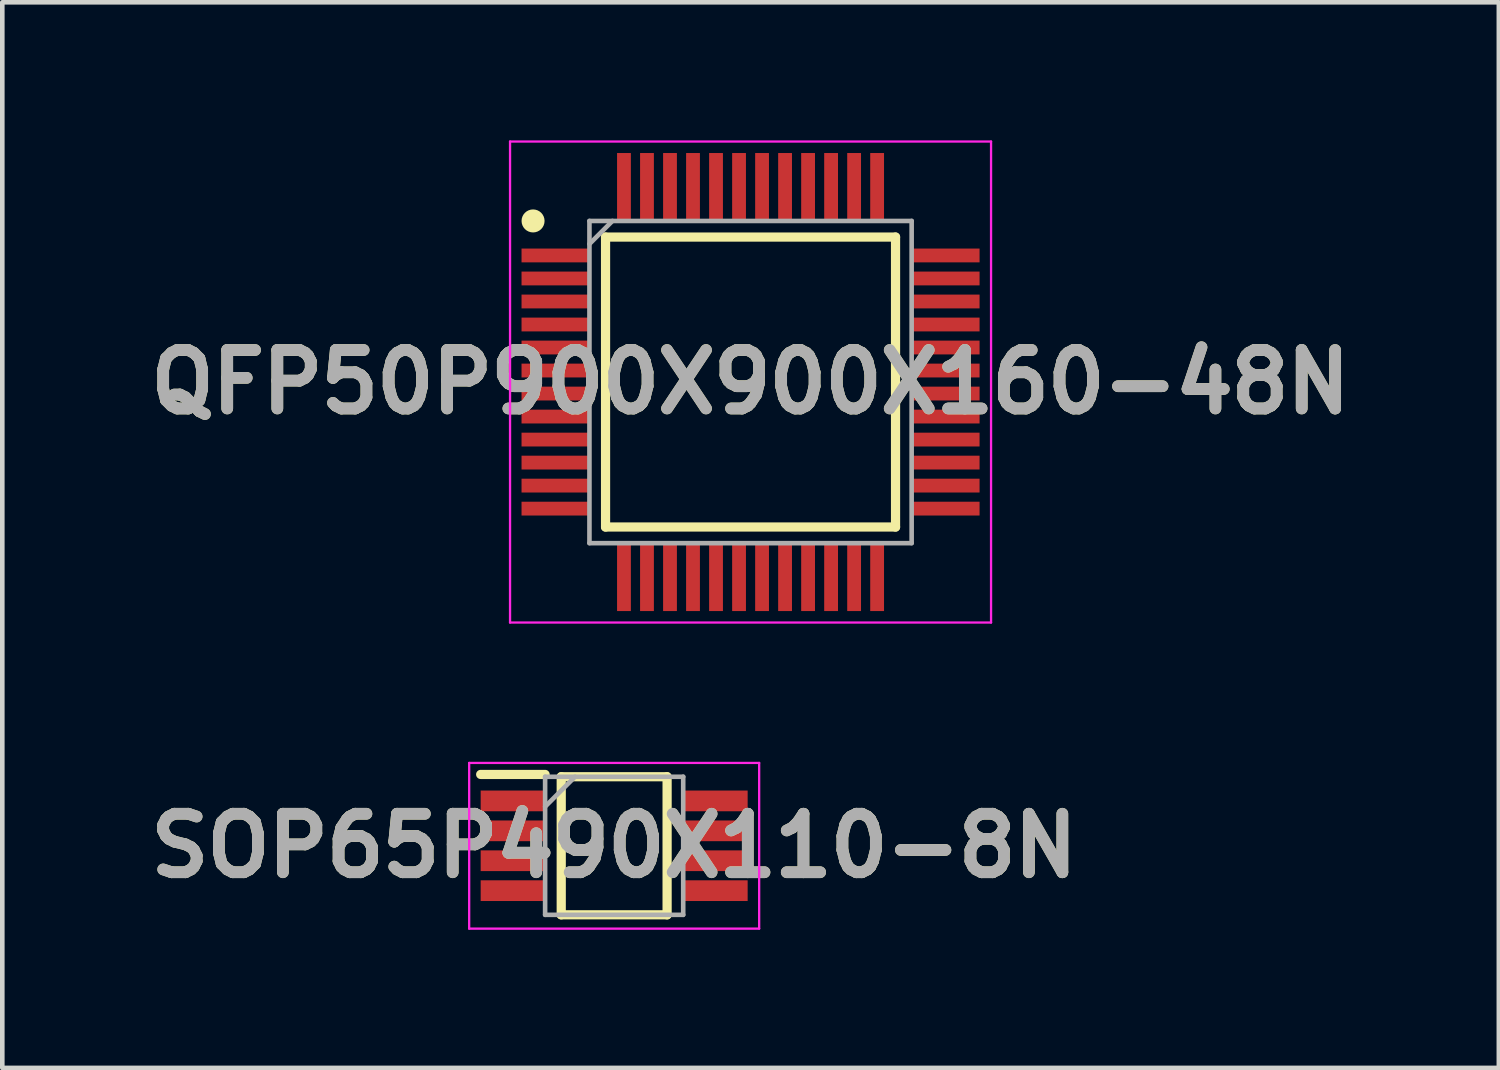
<source format=kicad_pcb>
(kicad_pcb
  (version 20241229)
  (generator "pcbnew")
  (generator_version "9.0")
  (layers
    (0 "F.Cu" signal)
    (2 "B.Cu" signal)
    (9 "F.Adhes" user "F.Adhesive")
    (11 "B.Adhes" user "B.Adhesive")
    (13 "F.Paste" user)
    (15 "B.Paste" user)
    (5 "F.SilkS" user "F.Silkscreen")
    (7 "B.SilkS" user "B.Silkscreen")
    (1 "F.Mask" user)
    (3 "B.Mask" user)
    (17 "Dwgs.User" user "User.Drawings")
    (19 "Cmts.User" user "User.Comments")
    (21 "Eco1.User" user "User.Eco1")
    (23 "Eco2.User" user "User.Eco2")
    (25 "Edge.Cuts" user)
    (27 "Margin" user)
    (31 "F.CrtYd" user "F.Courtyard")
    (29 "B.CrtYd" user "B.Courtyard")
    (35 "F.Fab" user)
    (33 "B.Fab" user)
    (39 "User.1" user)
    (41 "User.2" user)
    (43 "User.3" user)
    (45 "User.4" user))
  (footprint "SOP65P490X110-8N"
    (layer "F.Cu")
    (at 10.293 15.325)
    (property "Reference" "SOP65P490X110-8N" (at 0 0 0) (layer "F.SilkS") (effects (font (size 1.27 1.27) (thickness 0.254))))
    (attr smd)
    (fp_line (start -2.9 -1.55) (end -1.5 -1.55) (stroke (width 0.2) (type solid)) (layer "F.SilkS"))
    (fp_line (start -1.15 -1.5) (end 1.15 -1.5) (stroke (width 0.2) (type solid)) (layer "F.SilkS"))
    (fp_line (start -1.15 1.5) (end -1.15 -1.5) (stroke (width 0.2) (type solid)) (layer "F.SilkS"))
    (fp_line (start 1.15 -1.5) (end 1.15 1.5) (stroke (width 0.2) (type solid)) (layer "F.SilkS"))
    (fp_line (start 1.15 1.5) (end -1.15 1.5) (stroke (width 0.2) (type solid)) (layer "F.SilkS"))
    (fp_line (start -3.15 -1.8) (end 3.15 -1.8) (stroke (width 0.05) (type solid)) (layer "F.CrtYd"))
    (fp_line (start -3.15 1.8) (end -3.15 -1.8) (stroke (width 0.05) (type solid)) (layer "F.CrtYd"))
    (fp_line (start 3.15 -1.8) (end 3.15 1.8) (stroke (width 0.05) (type solid)) (layer "F.CrtYd"))
    (fp_line (start 3.15 1.8) (end -3.15 1.8) (stroke (width 0.05) (type solid)) (layer "F.CrtYd"))
    (fp_line (start -1.5 -1.5) (end 1.5 -1.5) (stroke (width 0.1) (type solid)) (layer "F.Fab"))
    (fp_line (start -1.5 -0.85) (end -0.85 -1.5) (stroke (width 0.1) (type solid)) (layer "F.Fab"))
    (fp_line (start -1.5 1.5) (end -1.5 -1.5) (stroke (width 0.1) (type solid)) (layer "F.Fab"))
    (fp_line (start 1.5 -1.5) (end 1.5 1.5) (stroke (width 0.1) (type solid)) (layer "F.Fab"))
    (fp_line (start 1.5 1.5) (end -1.5 1.5) (stroke (width 0.1) (type solid)) (layer "F.Fab"))
    (fp_text user "${REFERENCE}" (at 0 0 0) (layer "F.Fab") (effects (font (size 1.27 1.27) (thickness 0.254))))
    (pad "1" smd rect (at -2.2 -0.975 90) (size 0.45 1.4) (layers "F.Cu" "F.Mask" "F.Paste"))
    (pad "2" smd rect (at -2.2 -0.325 90) (size 0.45 1.4) (layers "F.Cu" "F.Mask" "F.Paste"))
    (pad "3" smd rect (at -2.2 0.325 90) (size 0.45 1.4) (layers "F.Cu" "F.Mask" "F.Paste"))
    (pad "4" smd rect (at -2.2 0.975 90) (size 0.45 1.4) (layers "F.Cu" "F.Mask" "F.Paste"))
    (pad "5" smd rect (at 2.2 0.975 90) (size 0.45 1.4) (layers "F.Cu" "F.Mask" "F.Paste"))
    (pad "6" smd rect (at 2.2 0.325 90) (size 0.45 1.4) (layers "F.Cu" "F.Mask" "F.Paste"))
    (pad "7" smd rect (at 2.2 -0.325 90) (size 0.45 1.4) (layers "F.Cu" "F.Mask" "F.Paste"))
    (pad "8" smd rect (at 2.2 -0.975 90) (size 0.45 1.4) (layers "F.Cu" "F.Mask" "F.Paste")))
  (footprint "QFP50P900X900X160-48N"
    (layer "F.Cu")
    (at 13.256 5.25)
    (property "Reference" "QFP50P900X900X160-48N" (at 0 0 0) (layer "F.SilkS") (effects (font (size 1.27 1.27) (thickness 0.254))))
    (attr smd)
    (fp_line (start -3.15 -3.15) (end 3.15 -3.15) (stroke (width 0.2) (type solid)) (layer "F.SilkS"))
    (fp_line (start -3.15 3.15) (end -3.15 -3.15) (stroke (width 0.2) (type solid)) (layer "F.SilkS"))
    (fp_line (start 3.15 -3.15) (end 3.15 3.15) (stroke (width 0.2) (type solid)) (layer "F.SilkS"))
    (fp_line (start 3.15 3.15) (end -3.15 3.15) (stroke (width 0.2) (type solid)) (layer "F.SilkS"))
    (fp_circle (center -4.725 -3.5) (end -4.725 -3.375) (stroke (width 0.25) (type solid)) (fill no) (layer "F.SilkS"))
    (fp_line (start -5.225 -5.225) (end 5.225 -5.225) (stroke (width 0.05) (type solid)) (layer "F.CrtYd"))
    (fp_line (start -5.225 5.225) (end -5.225 -5.225) (stroke (width 0.05) (type solid)) (layer "F.CrtYd"))
    (fp_line (start 5.225 -5.225) (end 5.225 5.225) (stroke (width 0.05) (type solid)) (layer "F.CrtYd"))
    (fp_line (start 5.225 5.225) (end -5.225 5.225) (stroke (width 0.05) (type solid)) (layer "F.CrtYd"))
    (fp_line (start -3.5 -3.5) (end 3.5 -3.5) (stroke (width 0.1) (type solid)) (layer "F.Fab"))
    (fp_line (start -3.5 -3) (end -3 -3.5) (stroke (width 0.1) (type solid)) (layer "F.Fab"))
    (fp_line (start -3.5 3.5) (end -3.5 -3.5) (stroke (width 0.1) (type solid)) (layer "F.Fab"))
    (fp_line (start 3.5 -3.5) (end 3.5 3.5) (stroke (width 0.1) (type solid)) (layer "F.Fab"))
    (fp_line (start 3.5 3.5) (end -3.5 3.5) (stroke (width 0.1) (type solid)) (layer "F.Fab"))
    (fp_text user "${REFERENCE}" (at 0 0 0) (layer "F.Fab") (effects (font (size 1.27 1.27) (thickness 0.254))))
    (pad "1" smd rect (at -4.238 -2.75 90) (size 0.3 1.475) (layers "F.Cu" "F.Mask" "F.Paste"))
    (pad "2" smd rect (at -4.238 -2.25 90) (size 0.3 1.475) (layers "F.Cu" "F.Mask" "F.Paste"))
    (pad "3" smd rect (at -4.238 -1.75 90) (size 0.3 1.475) (layers "F.Cu" "F.Mask" "F.Paste"))
    (pad "4" smd rect (at -4.238 -1.25 90) (size 0.3 1.475) (layers "F.Cu" "F.Mask" "F.Paste"))
    (pad "5" smd rect (at -4.238 -0.75 90) (size 0.3 1.475) (layers "F.Cu" "F.Mask" "F.Paste"))
    (pad "6" smd rect (at -4.238 -0.25 90) (size 0.3 1.475) (layers "F.Cu" "F.Mask" "F.Paste"))
    (pad "7" smd rect (at -4.238 0.25 90) (size 0.3 1.475) (layers "F.Cu" "F.Mask" "F.Paste"))
    (pad "8" smd rect (at -4.238 0.75 90) (size 0.3 1.475) (layers "F.Cu" "F.Mask" "F.Paste"))
    (pad "9" smd rect (at -4.238 1.25 90) (size 0.3 1.475) (layers "F.Cu" "F.Mask" "F.Paste"))
    (pad "10" smd rect (at -4.238 1.75 90) (size 0.3 1.475) (layers "F.Cu" "F.Mask" "F.Paste"))
    (pad "11" smd rect (at -4.238 2.25 90) (size 0.3 1.475) (layers "F.Cu" "F.Mask" "F.Paste"))
    (pad "12" smd rect (at -4.238 2.75 90) (size 0.3 1.475) (layers "F.Cu" "F.Mask" "F.Paste"))
    (pad "13" smd rect (at -2.75 4.238) (size 0.3 1.475) (layers "F.Cu" "F.Mask" "F.Paste"))
    (pad "14" smd rect (at -2.25 4.238) (size 0.3 1.475) (layers "F.Cu" "F.Mask" "F.Paste"))
    (pad "15" smd rect (at -1.75 4.238) (size 0.3 1.475) (layers "F.Cu" "F.Mask" "F.Paste"))
    (pad "16" smd rect (at -1.25 4.238) (size 0.3 1.475) (layers "F.Cu" "F.Mask" "F.Paste"))
    (pad "17" smd rect (at -0.75 4.238) (size 0.3 1.475) (layers "F.Cu" "F.Mask" "F.Paste"))
    (pad "18" smd rect (at -0.25 4.238) (size 0.3 1.475) (layers "F.Cu" "F.Mask" "F.Paste"))
    (pad "19" smd rect (at 0.25 4.238) (size 0.3 1.475) (layers "F.Cu" "F.Mask" "F.Paste"))
    (pad "20" smd rect (at 0.75 4.238) (size 0.3 1.475) (layers "F.Cu" "F.Mask" "F.Paste"))
    (pad "21" smd rect (at 1.25 4.238) (size 0.3 1.475) (layers "F.Cu" "F.Mask" "F.Paste"))
    (pad "22" smd rect (at 1.75 4.238) (size 0.3 1.475) (layers "F.Cu" "F.Mask" "F.Paste"))
    (pad "23" smd rect (at 2.25 4.238) (size 0.3 1.475) (layers "F.Cu" "F.Mask" "F.Paste"))
    (pad "24" smd rect (at 2.75 4.238) (size 0.3 1.475) (layers "F.Cu" "F.Mask" "F.Paste"))
    (pad "25" smd rect (at 4.238 2.75 90) (size 0.3 1.475) (layers "F.Cu" "F.Mask" "F.Paste"))
    (pad "26" smd rect (at 4.238 2.25 90) (size 0.3 1.475) (layers "F.Cu" "F.Mask" "F.Paste"))
    (pad "27" smd rect (at 4.238 1.75 90) (size 0.3 1.475) (layers "F.Cu" "F.Mask" "F.Paste"))
    (pad "28" smd rect (at 4.238 1.25 90) (size 0.3 1.475) (layers "F.Cu" "F.Mask" "F.Paste"))
    (pad "29" smd rect (at 4.238 0.75 90) (size 0.3 1.475) (layers "F.Cu" "F.Mask" "F.Paste"))
    (pad "30" smd rect (at 4.238 0.25 90) (size 0.3 1.475) (layers "F.Cu" "F.Mask" "F.Paste"))
    (pad "31" smd rect (at 4.238 -0.25 90) (size 0.3 1.475) (layers "F.Cu" "F.Mask" "F.Paste"))
    (pad "32" smd rect (at 4.238 -0.75 90) (size 0.3 1.475) (layers "F.Cu" "F.Mask" "F.Paste"))
    (pad "33" smd rect (at 4.238 -1.25 90) (size 0.3 1.475) (layers "F.Cu" "F.Mask" "F.Paste"))
    (pad "34" smd rect (at 4.238 -1.75 90) (size 0.3 1.475) (layers "F.Cu" "F.Mask" "F.Paste"))
    (pad "35" smd rect (at 4.238 -2.25 90) (size 0.3 1.475) (layers "F.Cu" "F.Mask" "F.Paste"))
    (pad "36" smd rect (at 4.238 -2.75 90) (size 0.3 1.475) (layers "F.Cu" "F.Mask" "F.Paste"))
    (pad "37" smd rect (at 2.75 -4.238) (size 0.3 1.475) (layers "F.Cu" "F.Mask" "F.Paste"))
    (pad "38" smd rect (at 2.25 -4.238) (size 0.3 1.475) (layers "F.Cu" "F.Mask" "F.Paste"))
    (pad "39" smd rect (at 1.75 -4.238) (size 0.3 1.475) (layers "F.Cu" "F.Mask" "F.Paste"))
    (pad "40" smd rect (at 1.25 -4.238) (size 0.3 1.475) (layers "F.Cu" "F.Mask" "F.Paste"))
    (pad "41" smd rect (at 0.75 -4.238) (size 0.3 1.475) (layers "F.Cu" "F.Mask" "F.Paste"))
    (pad "42" smd rect (at 0.25 -4.238) (size 0.3 1.475) (layers "F.Cu" "F.Mask" "F.Paste"))
    (pad "43" smd rect (at -0.25 -4.238) (size 0.3 1.475) (layers "F.Cu" "F.Mask" "F.Paste"))
    (pad "44" smd rect (at -0.75 -4.238) (size 0.3 1.475) (layers "F.Cu" "F.Mask" "F.Paste"))
    (pad "45" smd rect (at -1.25 -4.238) (size 0.3 1.475) (layers "F.Cu" "F.Mask" "F.Paste"))
    (pad "46" smd rect (at -1.75 -4.238) (size 0.3 1.475) (layers "F.Cu" "F.Mask" "F.Paste"))
    (pad "47" smd rect (at -2.25 -4.238) (size 0.3 1.475) (layers "F.Cu" "F.Mask" "F.Paste"))
    (pad "48" smd rect (at -2.75 -4.238) (size 0.3 1.475) (layers "F.Cu" "F.Mask" "F.Paste")))
  (gr_rect
    (start -3 -3)
    (end 29.513 20.15)
    (stroke (width 0.1) (type default))
    (fill no)
    (layer "Edge.Cuts")))
</source>
